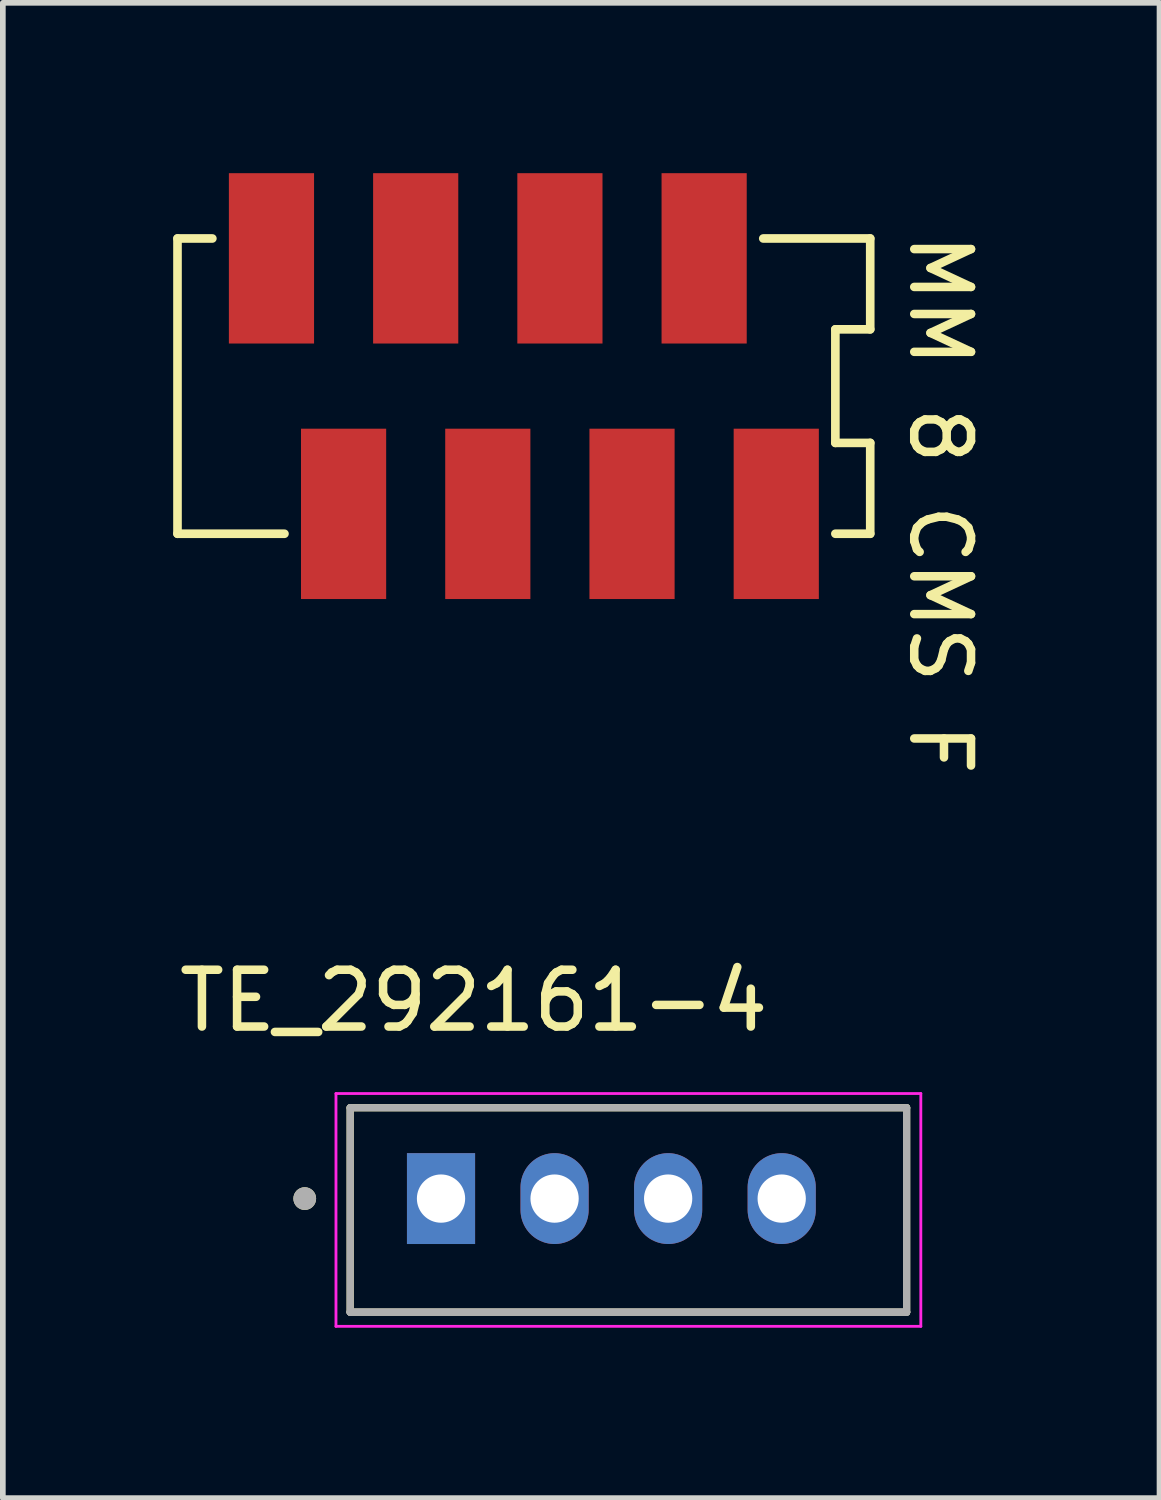
<source format=kicad_pcb>
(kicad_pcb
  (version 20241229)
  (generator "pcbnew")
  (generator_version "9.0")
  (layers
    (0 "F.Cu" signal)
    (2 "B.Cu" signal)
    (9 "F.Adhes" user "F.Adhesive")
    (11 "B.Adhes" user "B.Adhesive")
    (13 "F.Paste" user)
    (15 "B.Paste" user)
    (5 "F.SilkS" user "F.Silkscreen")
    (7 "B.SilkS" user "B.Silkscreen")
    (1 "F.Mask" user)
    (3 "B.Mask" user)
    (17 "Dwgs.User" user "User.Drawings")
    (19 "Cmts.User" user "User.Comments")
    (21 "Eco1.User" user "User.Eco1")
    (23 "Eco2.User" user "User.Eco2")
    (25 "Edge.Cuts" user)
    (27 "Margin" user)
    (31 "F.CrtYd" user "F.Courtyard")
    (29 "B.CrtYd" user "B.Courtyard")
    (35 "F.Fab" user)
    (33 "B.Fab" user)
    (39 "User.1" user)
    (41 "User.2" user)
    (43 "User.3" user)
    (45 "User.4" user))
  (footprint "MM 8 CMS F"
    (layer "F.Cu")
    (at 10.621 6)
    (property "Reference" "MM 8 CMS F" (at 2.3 -5 270) (unlocked yes) (layer "F.SilkS") (effects (font (size 1 1) (thickness 0.15)) (justify left bottom)))
    (fp_line (start -10.545 0.35) (end -10.545 -4.85) (stroke (width 0.152) (type solid)) (layer "F.SilkS"))
    (fp_line (start -9.931 -4.85) (end -10.545 -4.85) (stroke (width 0.152) (type solid)) (layer "F.SilkS"))
    (fp_line (start -8.661 0.35) (end -10.545 0.35) (stroke (width 0.152) (type solid)) (layer "F.SilkS"))
    (fp_line (start 1.041 -1.25) (end 1.041 -3.25) (stroke (width 0.152) (type solid)) (layer "F.SilkS"))
    (fp_line (start 1.655 -4.85) (end -0.229 -4.85) (stroke (width 0.152) (type solid)) (layer "F.SilkS"))
    (fp_line (start 1.655 -3.25) (end 1.041 -3.25) (stroke (width 0.152) (type solid)) (layer "F.SilkS"))
    (fp_line (start 1.655 -3.25) (end 1.655 -4.85) (stroke (width 0.152) (type solid)) (layer "F.SilkS"))
    (fp_line (start 1.655 -1.25) (end 1.041 -1.25) (stroke (width 0.152) (type solid)) (layer "F.SilkS"))
    (fp_line (start 1.655 0.35) (end 1.041 0.35) (stroke (width 0.152) (type solid)) (layer "F.SilkS"))
    (fp_line (start 1.655 0.35) (end 1.655 -1.25) (stroke (width 0.152) (type solid)) (layer "F.SilkS"))
    (pad "1" smd rect (at 0 0) (size 1.5 3) (layers "F.Cu" "F.Mask" "F.Paste"))
    (pad "2" smd rect (at -1.27 -4.5) (size 1.5 3) (layers "F.Cu" "F.Mask" "F.Paste"))
    (pad "3" smd rect (at -2.54 0) (size 1.5 3) (layers "F.Cu" "F.Mask" "F.Paste"))
    (pad "4" smd rect (at -3.81 -4.5) (size 1.5 3) (layers "F.Cu" "F.Mask" "F.Paste"))
    (pad "5" smd rect (at -5.08 0) (size 1.5 3) (layers "F.Cu" "F.Mask" "F.Paste"))
    (pad "6" smd rect (at -6.35 -4.5) (size 1.5 3) (layers "F.Cu" "F.Mask" "F.Paste"))
    (pad "7" smd rect (at -7.62 0) (size 1.5 3) (layers "F.Cu" "F.Mask" "F.Paste"))
    (pad "8" smd rect (at -8.89 -4.5) (size 1.5 3) (layers "F.Cu" "F.Mask" "F.Paste")))
  (footprint "TE_292161-4"
    (layer "F.Cu")
    (at 4.717 18.059)
    (property "Reference" "TE_292161-4" (at 0.575 -3.485 0) (layer "F.SilkS") (effects (font (size 1 1) (thickness 0.15))))
    (attr through_hole)
    (fp_line (start -1.6 2) (end -1.6 -1.6) (stroke (width 0.127) (type solid)) (layer "F.SilkS"))
    (fp_line (start 8.2 -1.6) (end -1.6 -1.6) (stroke (width 0.127) (type solid)) (layer "F.SilkS"))
    (fp_line (start 8.2 -1.6) (end 8.2 2) (stroke (width 0.127) (type solid)) (layer "F.SilkS"))
    (fp_line (start 8.2 2) (end -1.6 2) (stroke (width 0.127) (type solid)) (layer "F.SilkS"))
    (fp_circle (center -2.4 0) (end -2.3 0) (stroke (width 0.2) (type solid)) (fill no) (layer "F.SilkS"))
    (fp_line (start -1.85 -1.85) (end 8.45 -1.85) (stroke (width 0.05) (type solid)) (layer "F.CrtYd"))
    (fp_line (start -1.85 2.25) (end -1.85 -1.85) (stroke (width 0.05) (type solid)) (layer "F.CrtYd"))
    (fp_line (start 8.45 -1.85) (end 8.45 2.25) (stroke (width 0.05) (type solid)) (layer "F.CrtYd"))
    (fp_line (start 8.45 2.25) (end -1.85 2.25) (stroke (width 0.05) (type solid)) (layer "F.CrtYd"))
    (fp_line (start -1.6 -1.6) (end 8.2 -1.6) (stroke (width 0.127) (type solid)) (layer "F.Fab"))
    (fp_line (start -1.6 2) (end -1.6 -1.6) (stroke (width 0.127) (type solid)) (layer "F.Fab"))
    (fp_line (start -1.6 2) (end -1.6 2) (stroke (width 0.127) (type solid)) (layer "F.Fab"))
    (fp_line (start -1.6 2) (end 8.2 2) (stroke (width 0.127) (type solid)) (layer "F.Fab"))
    (fp_line (start 8.2 -1.6) (end 8.2 2) (stroke (width 0.127) (type solid)) (layer "F.Fab"))
    (fp_line (start 8.2 2) (end -1.6 2) (stroke (width 0.127) (type solid)) (layer "F.Fab"))
    (fp_line (start 8.2 2) (end 8.2 2) (stroke (width 0.127) (type solid)) (layer "F.Fab"))
    (fp_circle (center -2.4 0) (end -2.3 0) (stroke (width 0.2) (type solid)) (fill no) (layer "F.Fab"))
    (pad "1" thru_hole rect (at 0 0) (size 1.2 1.6) (drill 0.85) (layers "*.Cu" "*.Mask"))
    (pad "2" thru_hole oval (at 2 0) (size 1.2 1.6) (drill 0.85) (layers "*.Cu" "*.Mask"))
    (pad "3" thru_hole oval (at 4 0) (size 1.2 1.6) (drill 0.85) (layers "*.Cu" "*.Mask"))
    (pad "4" thru_hole oval (at 6 0) (size 1.2 1.6) (drill 0.85) (layers "*.Cu" "*.Mask")))
  (gr_rect
    (start -3 -3)
    (end 17.371 23.334)
    (stroke (width 0.1) (type default))
    (fill no)
    (layer "Edge.Cuts")))
</source>
